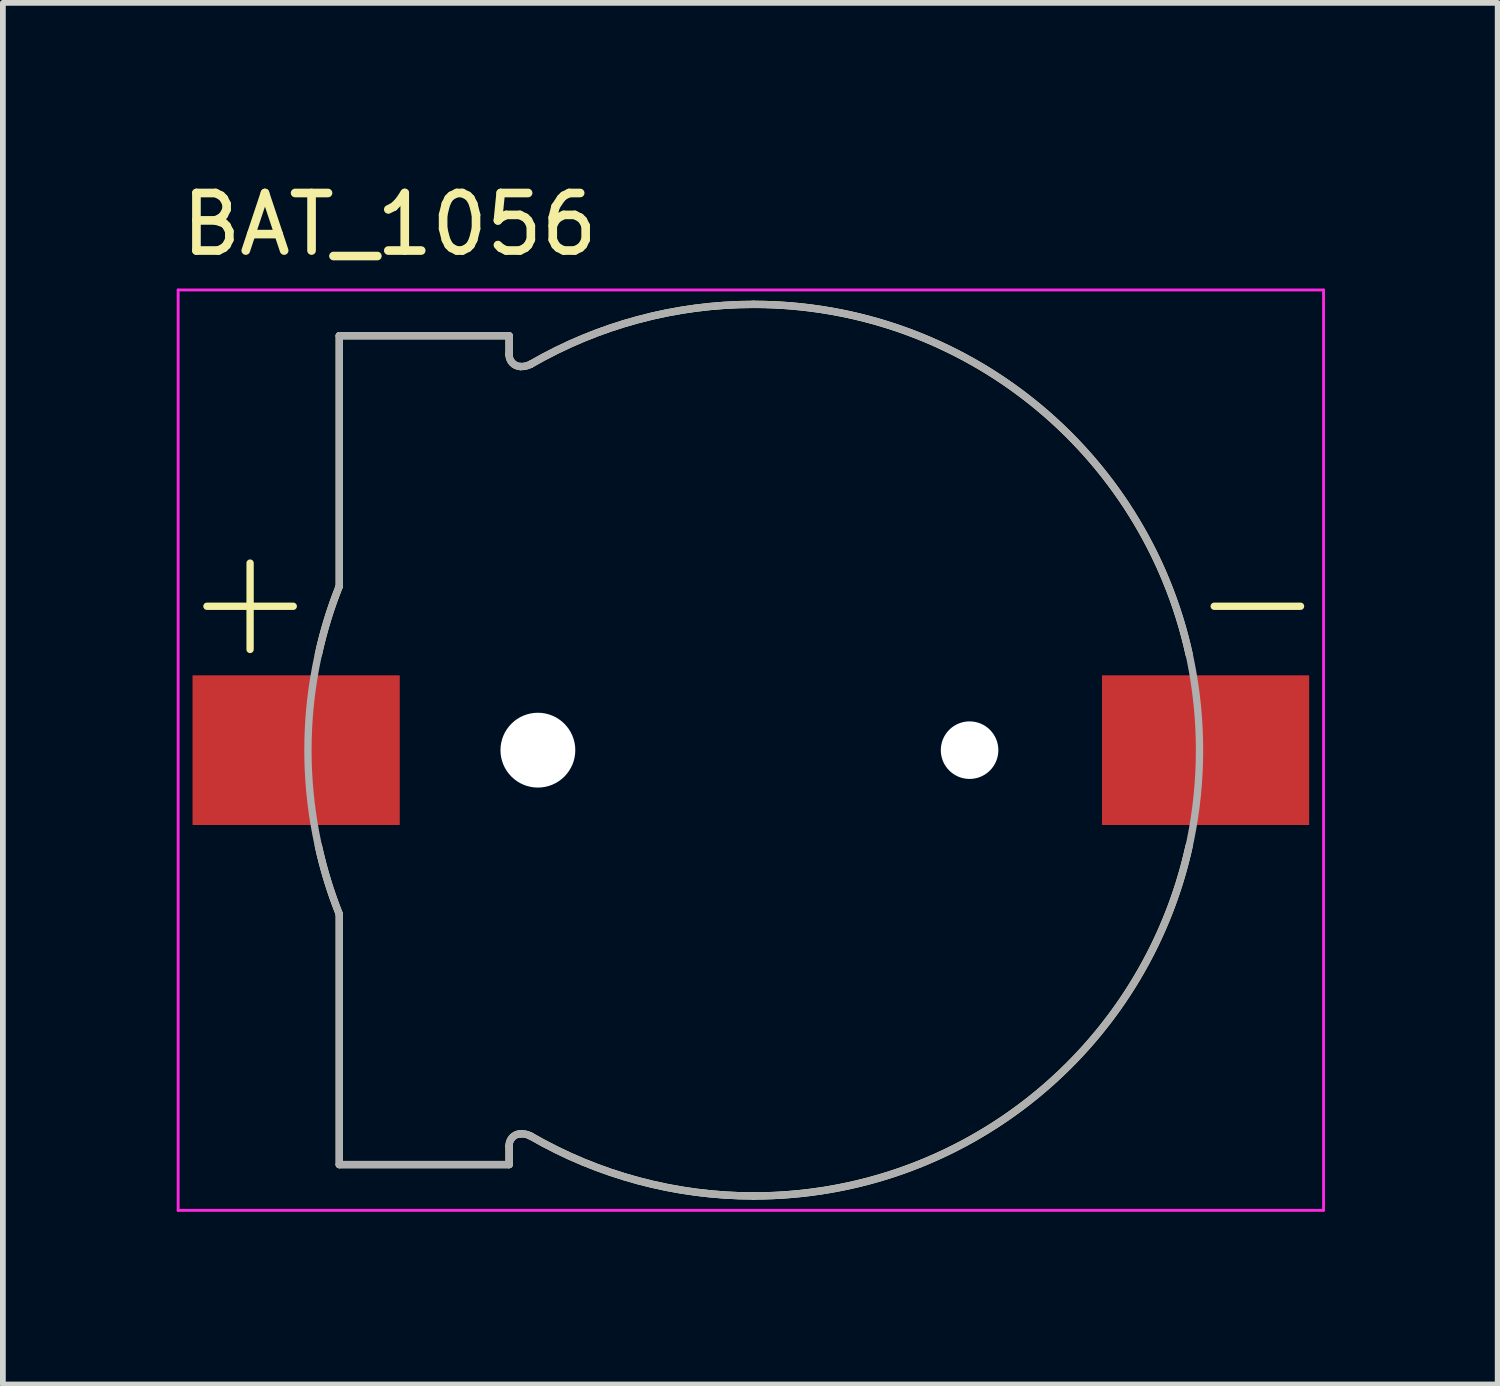
<source format=kicad_pcb>
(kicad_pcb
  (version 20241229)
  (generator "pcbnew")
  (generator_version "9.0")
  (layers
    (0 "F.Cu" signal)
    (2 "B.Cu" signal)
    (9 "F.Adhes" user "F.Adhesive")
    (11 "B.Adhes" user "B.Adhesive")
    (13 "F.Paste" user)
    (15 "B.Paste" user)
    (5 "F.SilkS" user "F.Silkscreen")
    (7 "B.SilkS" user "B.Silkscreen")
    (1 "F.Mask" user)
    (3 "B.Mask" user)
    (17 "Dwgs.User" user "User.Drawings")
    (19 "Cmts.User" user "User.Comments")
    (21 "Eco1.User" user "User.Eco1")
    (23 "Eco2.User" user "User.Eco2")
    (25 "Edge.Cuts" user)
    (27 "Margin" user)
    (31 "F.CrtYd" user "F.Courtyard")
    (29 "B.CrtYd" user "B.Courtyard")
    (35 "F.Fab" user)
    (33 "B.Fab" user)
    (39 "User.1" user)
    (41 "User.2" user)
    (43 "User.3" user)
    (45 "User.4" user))
  (footprint "BAT_1056"
    (layer "F.Cu")
    (at 10.045 9.983)
    (property "Reference" "BAT_1056" (at -6.325 -9.135 0) (layer "F.SilkS") (effects (font (size 1 1) (thickness 0.15))))
    (attr smd)
    (fp_line (start -9.5 -2.5) (end -8 -2.5) (stroke (width 0.127) (type solid)) (layer "F.SilkS"))
    (fp_line (start -8.75 -3.25) (end -8.75 -1.75) (stroke (width 0.127) (type solid)) (layer "F.SilkS"))
    (fp_line (start -7.2 -7.2) (end -4.25 -7.2) (stroke (width 0.127) (type solid)) (layer "F.SilkS"))
    (fp_line (start -7.2 -2.85) (end -7.2 -7.2) (stroke (width 0.127) (type solid)) (layer "F.SilkS"))
    (fp_line (start -7.2 2.85) (end -7.2 7.2) (stroke (width 0.127) (type solid)) (layer "F.SilkS"))
    (fp_line (start -7.2 7.2) (end -4.25 7.2) (stroke (width 0.127) (type solid)) (layer "F.SilkS"))
    (fp_line (start -4.25 -7.2) (end -4.25 -6.88) (stroke (width 0.127) (type solid)) (layer "F.SilkS"))
    (fp_line (start -4.25 7.2) (end -4.25 6.88) (stroke (width 0.127) (type solid)) (layer "F.SilkS"))
    (fp_line (start 8 -2.5) (end 9.5 -2.5) (stroke (width 0.127) (type solid)) (layer "F.SilkS"))
    (fp_arc (start -7.563 -1.664) (mid -7.406196 -2.264559) (end -7.2 -2.85) (stroke (width 0.127) (type solid)) (layer "F.SilkS"))
    (fp_arc (start -7.2 2.85) (mid -7.406196 2.264559) (end -7.563 1.664) (stroke (width 0.127) (type solid)) (layer "F.SilkS"))
    (fp_arc (start -4.250001 6.88) (mid -4.19703 6.732113) (end -4.055 6.665) (stroke (width 0.127) (type solid)) (layer "F.SilkS"))
    (fp_arc (start -4.055 -6.665) (mid -4.197028 -6.732114) (end -4.25 -6.88) (stroke (width 0.127) (type solid)) (layer "F.SilkS"))
    (fp_arc (start -4.055 6.665) (mid -3.96231 6.672896) (end -3.875 6.705) (stroke (width 0.127) (type solid)) (layer "F.SilkS"))
    (fp_arc (start -3.875 -6.705) (mid -3.96231 -6.672896) (end -4.055 -6.665) (stroke (width 0.127) (type solid)) (layer "F.SilkS"))
    (fp_arc (start -3.875 -6.705) (mid -2.006137 -7.480737) (end 0 -7.745) (stroke (width 0.127) (type solid)) (layer "F.SilkS"))
    (fp_arc (start 0 -7.745) (mid 4.852358 -6.036609) (end 7.564 -1.664999) (stroke (width 0.127) (type solid)) (layer "F.SilkS"))
    (fp_arc (start 0 7.745) (mid -2.006137 7.480737) (end -3.875 6.705) (stroke (width 0.127) (type solid)) (layer "F.SilkS"))
    (fp_arc (start 7.564 1.664999) (mid 4.852358 6.036609) (end 0 7.745) (stroke (width 0.127) (type solid)) (layer "F.SilkS"))
    (fp_line (start -10 -7.995) (end 9.9 -7.995) (stroke (width 0.05) (type solid)) (layer "F.CrtYd"))
    (fp_line (start -10 7.995) (end -10 -7.995) (stroke (width 0.05) (type solid)) (layer "F.CrtYd"))
    (fp_line (start 9.9 -7.995) (end 9.9 7.995) (stroke (width 0.05) (type solid)) (layer "F.CrtYd"))
    (fp_line (start 9.9 7.995) (end -10 7.995) (stroke (width 0.05) (type solid)) (layer "F.CrtYd"))
    (fp_line (start -7.2 -7.2) (end -7.2 -2.85) (stroke (width 0.127) (type solid)) (layer "F.Fab"))
    (fp_line (start -7.2 -7.2) (end -4.25 -7.2) (stroke (width 0.127) (type solid)) (layer "F.Fab"))
    (fp_line (start -7.2 2.85) (end -7.2 7.2) (stroke (width 0.127) (type solid)) (layer "F.Fab"))
    (fp_line (start -7.2 7.2) (end -4.25 7.2) (stroke (width 0.127) (type solid)) (layer "F.Fab"))
    (fp_line (start -4.25 -7.2) (end -4.25 -6.88) (stroke (width 0.127) (type solid)) (layer "F.Fab"))
    (fp_line (start -4.25 7.2) (end -4.25 6.88) (stroke (width 0.127) (type solid)) (layer "F.Fab"))
    (fp_arc (start -7.2 2.85) (mid -7.745059 0) (end -7.2 -2.85) (stroke (width 0.127) (type solid)) (layer "F.Fab"))
    (fp_arc (start -4.250001 6.88) (mid -4.19703 6.732113) (end -4.055 6.665) (stroke (width 0.127) (type solid)) (layer "F.Fab"))
    (fp_arc (start -4.055 -6.665) (mid -4.197028 -6.732114) (end -4.25 -6.88) (stroke (width 0.127) (type solid)) (layer "F.Fab"))
    (fp_arc (start -4.055 6.665) (mid -3.96231 6.672896) (end -3.875 6.705) (stroke (width 0.127) (type solid)) (layer "F.Fab"))
    (fp_arc (start -3.875 -6.705) (mid -3.96231 -6.672896) (end -4.055 -6.665) (stroke (width 0.127) (type solid)) (layer "F.Fab"))
    (fp_arc (start -3.875 -6.705) (mid -2.006137 -7.480737) (end 0 -7.745) (stroke (width 0.127) (type solid)) (layer "F.Fab"))
    (fp_arc (start 0 -7.745) (mid 7.745 0) (end 0 7.745) (stroke (width 0.127) (type solid)) (layer "F.Fab"))
    (fp_arc (start 0 7.745) (mid -2.006137 7.480737) (end -3.875 6.705) (stroke (width 0.127) (type solid)) (layer "F.Fab"))
    (pad "" np_thru_hole circle (at -3.75 0) (size 1.3 1.3) (drill 1.3) (layers "*.Cu" "*.Mask"))
    (pad "" np_thru_hole circle (at 3.75 0) (size 1 1) (drill 1) (layers "*.Cu" "*.Mask"))
    (pad "+" smd rect (at -7.95 0 180) (size 3.6 2.6) (layers "F.Cu" "F.Mask" "F.Paste"))
    (pad "-" smd rect (at 7.85 0 180) (size 3.6 2.6) (layers "F.Cu" "F.Mask" "F.Paste")))
  (gr_rect
    (start -3 -3)
    (end 22.97 21.003)
    (stroke (width 0.1) (type default))
    (fill no)
    (layer "Edge.Cuts")))
</source>
